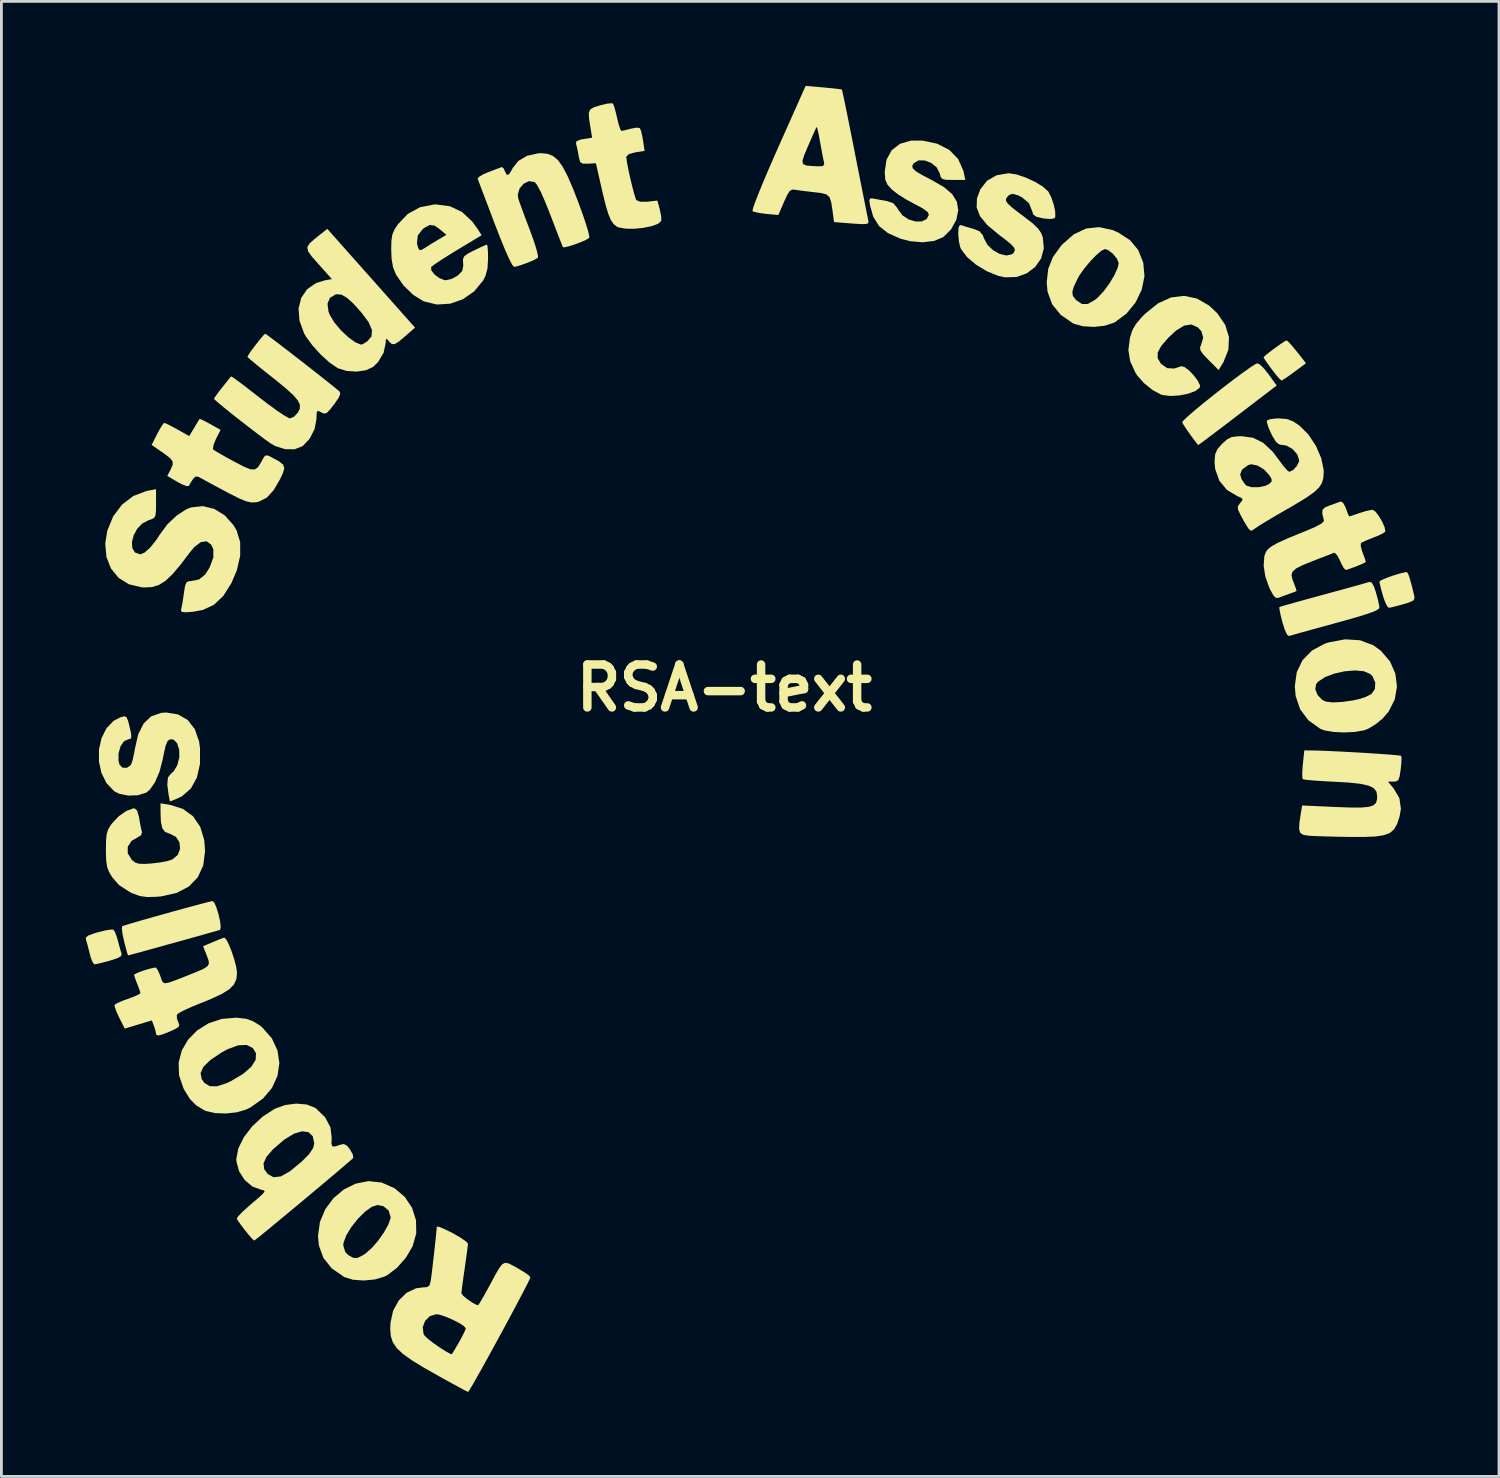
<source format=kicad_pcb>
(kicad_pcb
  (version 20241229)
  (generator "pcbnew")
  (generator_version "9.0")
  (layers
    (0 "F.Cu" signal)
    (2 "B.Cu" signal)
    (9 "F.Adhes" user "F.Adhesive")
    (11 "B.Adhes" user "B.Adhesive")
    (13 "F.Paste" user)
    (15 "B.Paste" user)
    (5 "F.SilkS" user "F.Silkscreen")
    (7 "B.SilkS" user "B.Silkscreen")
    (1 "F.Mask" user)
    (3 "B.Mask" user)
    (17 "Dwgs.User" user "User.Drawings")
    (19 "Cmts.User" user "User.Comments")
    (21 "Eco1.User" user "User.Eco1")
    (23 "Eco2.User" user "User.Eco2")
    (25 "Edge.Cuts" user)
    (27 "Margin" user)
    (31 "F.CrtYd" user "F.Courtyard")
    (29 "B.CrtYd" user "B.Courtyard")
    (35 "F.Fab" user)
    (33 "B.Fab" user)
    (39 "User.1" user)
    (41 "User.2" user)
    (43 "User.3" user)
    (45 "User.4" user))
  (footprint "RSA-text"
    (layer "F.Cu")
    (at 22.669 21.381)
    (property "Reference" "RSA-text" (at 0 0 0) (layer "F.SilkS") (effects (font (size 1.524 1.524) (thickness 0.3))))
    (attr board_only exclude_from_pos_files exclude_from_bom)
    (fp_poly (pts (xy 20.038 -12.287) (xy 20.173 -12.137) (xy 20.336 -11.939) (xy 20.656 -11.534) (xy 20.244 -11.227) (xy 20.026 -11.069) (xy 19.86 -10.958) (xy 19.785 -10.92) (xy 19.716 -10.978) (xy 19.585 -11.13) (xy 19.443 -11.313) (xy 19.289 -11.524) (xy 19.183 -11.68) (xy 19.149 -11.742) (xy 19.207 -11.804) (xy 19.354 -11.923) (xy 19.547 -12.068) (xy 19.742 -12.207) (xy 19.898 -12.31) (xy 19.969 -12.344)) (stroke (width 0) (type solid)) (fill yes) (layer "F.SilkS"))
    (fp_poly (pts (xy 24.278 -4.066) (xy 24.336 -3.909) (xy 24.414 -3.626) (xy 24.492 -3.311) (xy 24.51 -3.189) (xy 24.468 -3.11) (xy 24.335 -3.045) (xy 24.109 -2.975) (xy 23.857 -2.906) (xy 23.665 -2.86) (xy 23.593 -2.849) (xy 23.529 -2.918) (xy 23.447 -3.098) (xy 23.388 -3.276) (xy 23.319 -3.525) (xy 23.274 -3.713) (xy 23.264 -3.78) (xy 23.332 -3.831) (xy 23.505 -3.906) (xy 23.733 -3.988) (xy 23.968 -4.061) (xy 24.162 -4.107) (xy 24.235 -4.115)) (stroke (width 0) (type solid)) (fill yes) (layer "F.SilkS"))
    (fp_poly (pts (xy -21.69 8.58) (xy -21.631 8.676) (xy -21.561 8.871) (xy -21.534 8.969) (xy -21.47 9.208) (xy -21.416 9.393) (xy -21.401 9.434) (xy -21.416 9.514) (xy -21.543 9.591) (xy -21.802 9.676) (xy -21.821 9.682) (xy -22.08 9.751) (xy -22.281 9.798) (xy -22.365 9.812) (xy -22.428 9.742) (xy -22.498 9.564) (xy -22.532 9.436) (xy -22.594 9.186) (xy -22.65 8.988) (xy -22.669 8.933) (xy -22.665 8.853) (xy -22.566 8.781) (xy -22.347 8.703) (xy -22.238 8.672) (xy -21.978 8.608) (xy -21.778 8.576)) (stroke (width 0) (type solid)) (fill yes) (layer "F.SilkS"))
    (fp_poly (pts (xy 19.025 -11.482) (xy 19.173 -11.334) (xy 19.322 -11.146) (xy 19.615 -10.742) (xy 18.23 -9.683) (xy 17.828 -9.376) (xy 17.469 -9.104) (xy 17.174 -8.881) (xy 16.96 -8.721) (xy 16.845 -8.637) (xy 16.83 -8.628) (xy 16.779 -8.688) (xy 16.663 -8.839) (xy 16.555 -8.984) (xy 16.404 -9.198) (xy 16.294 -9.37) (xy 16.26 -9.436) (xy 16.31 -9.506) (xy 16.466 -9.653) (xy 16.705 -9.859) (xy 17.004 -10.107) (xy 17.342 -10.378) (xy 17.696 -10.656) (xy 18.044 -10.923) (xy 18.365 -11.161) (xy 18.634 -11.354) (xy 18.831 -11.484) (xy 18.929 -11.532)) (stroke (width 0) (type solid)) (fill yes) (layer "F.SilkS"))
    (fp_poly (pts (xy -18.106 7.628) (xy -18.032 7.799) (xy -17.962 8.028) (xy -17.907 8.267) (xy -17.882 8.467) (xy -17.897 8.579) (xy -17.908 8.588) (xy -18.004 8.617) (xy -18.222 8.679) (xy -18.535 8.767) (xy -18.914 8.873) (xy -19.334 8.99) (xy -19.767 9.11) (xy -20.185 9.226) (xy -20.562 9.33) (xy -20.87 9.415) (xy -21.082 9.472) (xy -21.171 9.495) (xy -21.172 9.495) (xy -21.197 9.425) (xy -21.249 9.242) (xy -21.311 9.001) (xy -21.367 8.74) (xy -21.392 8.543) (xy -21.38 8.459) (xy -21.295 8.428) (xy -21.085 8.364) (xy -20.777 8.274) (xy -20.401 8.166) (xy -19.982 8.049) (xy -19.551 7.929) (xy -19.133 7.814) (xy -18.758 7.713) (xy -18.452 7.632) (xy -18.244 7.58) (xy -18.17 7.565)) (stroke (width 0) (type solid)) (fill yes) (layer "F.SilkS"))
    (fp_poly (pts (xy 22.987 -3.747) (xy 23.069 -3.603) (xy 23.14 -3.395) (xy 23.209 -3.138) (xy 23.254 -2.932) (xy 23.263 -2.854) (xy 23.224 -2.799) (xy 23.099 -2.731) (xy 22.872 -2.646) (xy 22.529 -2.538) (xy 22.055 -2.402) (xy 21.7 -2.304) (xy 21.224 -2.173) (xy 20.797 -2.056) (xy 20.444 -1.958) (xy 20.19 -1.887) (xy 20.059 -1.849) (xy 20.049 -1.845) (xy 19.982 -1.899) (xy 19.898 -2.08) (xy 19.819 -2.332) (xy 19.753 -2.595) (xy 19.714 -2.79) (xy 19.71 -2.875) (xy 19.711 -2.875) (xy 19.793 -2.902) (xy 20.005 -2.964) (xy 20.323 -3.053) (xy 20.723 -3.164) (xy 21.181 -3.289) (xy 21.265 -3.311) (xy 21.737 -3.44) (xy 22.162 -3.557) (xy 22.513 -3.654) (xy 22.766 -3.726) (xy 22.895 -3.765) (xy 22.902 -3.767)) (stroke (width 0) (type solid)) (fill yes) (layer "F.SilkS"))
    (fp_poly (pts (xy -16.975 11.745) (xy -16.737 11.832) (xy -16.484 11.986) (xy -16.413 12.044) (xy -16.068 12.437) (xy -15.865 12.871) (xy -15.799 13.324) (xy -15.866 13.774) (xy -16.061 14.2) (xy -16.381 14.579) (xy -16.822 14.89) (xy -16.973 14.966) (xy -17.302 15.065) (xy -17.692 15.108) (xy -18.079 15.094) (xy -18.402 15.022) (xy -18.476 14.989) (xy -18.76 14.812) (xy -18.973 14.596) (xy -19.164 14.288) (xy -19.206 14.209) (xy -19.362 13.749) (xy -19.364 13.672) (xy -18.597 13.672) (xy -18.558 13.886) (xy -18.464 14.019) (xy -18.272 14.139) (xy -18.009 14.142) (xy -17.662 14.027) (xy -17.516 13.957) (xy -17.091 13.705) (xy -16.797 13.451) (xy -16.641 13.203) (xy -16.628 12.971) (xy -16.741 12.785) (xy -16.961 12.673) (xy -17.264 12.688) (xy -17.641 12.827) (xy -17.848 12.94) (xy -18.246 13.207) (xy -18.494 13.448) (xy -18.597 13.672) (xy -19.364 13.672) (xy -19.375 13.296) (xy -19.262 12.868) (xy -19.038 12.483) (xy -18.717 12.157) (xy -18.316 11.907) (xy -17.85 11.751) (xy -17.335 11.706)) (stroke (width 0) (type solid)) (fill yes) (layer "F.SilkS"))
    (fp_poly (pts (xy -12.171 17.559) (xy -12.159 17.563) (xy -11.706 17.764) (xy -11.344 18.071) (xy -11.087 18.458) (xy -10.947 18.899) (xy -10.938 19.366) (xy -11.069 19.827) (xy -11.308 20.231) (xy -11.622 20.587) (xy -11.966 20.849) (xy -12.066 20.9) (xy -12.408 21.002) (xy -12.802 21.039) (xy -13.183 21.012) (xy -13.487 20.919) (xy -13.491 20.917) (xy -13.935 20.611) (xy -14.237 20.234) (xy -14.396 19.791) (xy -13.531 19.791) (xy -13.459 20.027) (xy -13.355 20.134) (xy -13.183 20.232) (xy -13.033 20.239) (xy -12.847 20.15) (xy -12.739 20.079) (xy -12.522 19.89) (xy -12.296 19.629) (xy -12.089 19.337) (xy -11.932 19.058) (xy -11.853 18.833) (xy -11.849 18.788) (xy -11.919 18.554) (xy -12.104 18.401) (xy -12.317 18.358) (xy -12.519 18.423) (xy -12.76 18.598) (xy -13.01 18.847) (xy -13.239 19.135) (xy -13.419 19.428) (xy -13.519 19.692) (xy -13.531 19.791) (xy -14.396 19.791) (xy -14.398 19.786) (xy -14.427 19.458) (xy -14.359 18.961) (xy -14.169 18.507) (xy -13.878 18.116) (xy -13.511 17.807) (xy -13.089 17.599) (xy -12.635 17.51)) (stroke (width 0) (type solid)) (fill yes) (layer "F.SilkS"))
    (fp_poly (pts (xy 22.574 -1.696) (xy 23.04 -1.521) (xy 23.309 -1.329) (xy 23.637 -0.947) (xy 23.829 -0.511) (xy 23.886 -0.05) (xy 23.807 0.409) (xy 23.59 0.837) (xy 23.378 1.083) (xy 23.135 1.282) (xy 22.878 1.439) (xy 22.733 1.498) (xy 22.401 1.558) (xy 22.018 1.578) (xy 21.639 1.56) (xy 21.32 1.507) (xy 21.167 1.451) (xy 20.742 1.147) (xy 20.448 0.756) (xy 20.288 0.282) (xy 20.268 0.043) (xy 20.986 0.043) (xy 21.066 0.246) (xy 21.225 0.415) (xy 21.366 0.484) (xy 21.612 0.511) (xy 21.955 0.494) (xy 22.342 0.437) (xy 22.554 0.39) (xy 22.786 0.312) (xy 22.971 0.219) (xy 22.979 0.213) (xy 23.103 0.036) (xy 23.115 -0.192) (xy 23.02 -0.413) (xy 22.937 -0.499) (xy 22.711 -0.596) (xy 22.391 -0.625) (xy 22.023 -0.593) (xy 21.653 -0.51) (xy 21.325 -0.384) (xy 21.084 -0.224) (xy 21.014 -0.138) (xy 20.986 0.043) (xy 20.268 0.043) (xy 20.258 -0.062) (xy 20.328 -0.562) (xy 20.533 -0.988) (xy 20.866 -1.329) (xy 21.317 -1.572) (xy 21.462 -1.62) (xy 22.046 -1.729)) (stroke (width 0) (type solid)) (fill yes) (layer "F.SilkS"))
    (fp_poly (pts (xy 13.794 -16.26) (xy 13.992 -16.173) (xy 14.411 -15.899) (xy 14.7 -15.55) (xy 14.878 -15.101) (xy 14.879 -15.094) (xy 14.92 -14.626) (xy 14.824 -14.149) (xy 14.608 -13.697) (xy 14.289 -13.302) (xy 13.884 -12.998) (xy 13.831 -12.97) (xy 13.51 -12.865) (xy 13.123 -12.823) (xy 12.735 -12.846) (xy 12.416 -12.934) (xy 12.383 -12.95) (xy 11.94 -13.256) (xy 11.638 -13.633) (xy 11.483 -14.065) (xy 12.358 -14.065) (xy 12.377 -13.928) (xy 12.469 -13.802) (xy 12.502 -13.768) (xy 12.7 -13.636) (xy 12.911 -13.638) (xy 13.159 -13.78) (xy 13.257 -13.861) (xy 13.471 -14.087) (xy 13.681 -14.372) (xy 13.857 -14.67) (xy 13.974 -14.935) (xy 14.005 -15.088) (xy 13.946 -15.242) (xy 13.805 -15.415) (xy 13.636 -15.548) (xy 13.518 -15.588) (xy 13.392 -15.529) (xy 13.208 -15.372) (xy 12.996 -15.153) (xy 12.789 -14.905) (xy 12.616 -14.662) (xy 12.546 -14.537) (xy 12.413 -14.254) (xy 12.358 -14.065) (xy 11.483 -14.065) (xy 11.477 -14.079) (xy 11.449 -14.401) (xy 11.501 -14.877) (xy 11.666 -15.298) (xy 11.963 -15.709) (xy 12 -15.75) (xy 12.41 -16.11) (xy 12.848 -16.316) (xy 13.311 -16.366)) (stroke (width 0) (type solid)) (fill yes) (layer "F.SilkS"))
    (fp_poly (pts (xy 16.781 -13.831) (xy 17.213 -13.582) (xy 17.503 -13.31) (xy 17.788 -12.895) (xy 17.921 -12.458) (xy 17.9 -12.012) (xy 17.725 -11.573) (xy 17.711 -11.55) (xy 17.554 -11.291) (xy 17.196 -11.649) (xy 17.002 -11.853) (xy 16.908 -11.988) (xy 16.894 -12.093) (xy 16.925 -12.17) (xy 17.007 -12.443) (xy 16.938 -12.676) (xy 16.811 -12.808) (xy 16.587 -12.908) (xy 16.336 -12.871) (xy 16.045 -12.695) (xy 15.77 -12.442) (xy 15.515 -12.147) (xy 15.39 -11.911) (xy 15.388 -11.709) (xy 15.504 -11.519) (xy 15.519 -11.503) (xy 15.726 -11.359) (xy 15.974 -11.345) (xy 16.228 -11.426) (xy 16.342 -11.4) (xy 16.501 -11.278) (xy 16.669 -11.103) (xy 16.811 -10.914) (xy 16.891 -10.752) (xy 16.889 -10.675) (xy 16.736 -10.55) (xy 16.475 -10.452) (xy 16.158 -10.389) (xy 15.835 -10.37) (xy 15.555 -10.406) (xy 15.509 -10.42) (xy 15.213 -10.578) (xy 14.909 -10.822) (xy 14.662 -11.098) (xy 14.602 -11.191) (xy 14.412 -11.607) (xy 14.349 -12.002) (xy 14.404 -12.434) (xy 14.407 -12.445) (xy 14.488 -12.701) (xy 14.616 -12.925) (xy 14.824 -13.17) (xy 14.948 -13.295) (xy 15.4 -13.658) (xy 15.863 -13.869) (xy 16.327 -13.926)) (stroke (width 0) (type solid)) (fill yes) (layer "F.SilkS"))
    (fp_poly (pts (xy -19.683 4.148) (xy -19.225 4.291) (xy -18.865 4.554) (xy -18.609 4.928) (xy -18.466 5.403) (xy -18.437 5.786) (xy -18.502 6.299) (xy -18.696 6.721) (xy -19.012 7.048) (xy -19.447 7.276) (xy -19.996 7.399) (xy -20.166 7.414) (xy -20.499 7.422) (xy -20.754 7.386) (xy -21.009 7.294) (xy -21.102 7.25) (xy -21.499 6.992) (xy -21.735 6.718) (xy -21.849 6.528) (xy -21.916 6.351) (xy -21.948 6.132) (xy -21.958 5.82) (xy -21.958 5.736) (xy -21.953 5.403) (xy -21.929 5.179) (xy -21.876 5.015) (xy -21.781 4.86) (xy -21.736 4.801) (xy -21.501 4.553) (xy -21.237 4.367) (xy -20.993 4.277) (xy -20.942 4.273) (xy -20.851 4.35) (xy -20.784 4.577) (xy -20.774 4.639) (xy -20.732 4.883) (xy -20.691 5.068) (xy -20.677 5.113) (xy -20.705 5.223) (xy -20.783 5.273) (xy -21.046 5.427) (xy -21.183 5.636) (xy -21.183 5.872) (xy -21.038 6.103) (xy -20.926 6.194) (xy -20.792 6.238) (xy -20.587 6.246) (xy -20.346 6.231) (xy -20.036 6.195) (xy -19.76 6.14) (xy -19.602 6.089) (xy -19.408 5.928) (xy -19.324 5.709) (xy -19.347 5.48) (xy -19.47 5.286) (xy -19.69 5.173) (xy -19.695 5.173) (xy -19.858 5.109) (xy -19.957 4.979) (xy -20.006 4.751) (xy -20.018 4.441) (xy -20.019 4.094)) (stroke (width 0) (type solid)) (fill yes) (layer "F.SilkS"))
    (fp_poly (pts (xy -12.539 -14.551) (xy -10.982 -12.798) (xy -11.326 -12.495) (xy -11.554 -12.304) (xy -11.701 -12.213) (xy -11.803 -12.213) (xy -11.892 -12.292) (xy -11.917 -12.324) (xy -11.992 -12.406) (xy -12.02 -12.36) (xy -12.025 -12.241) (xy -12.099 -11.901) (xy -12.293 -11.577) (xy -12.472 -11.401) (xy -12.725 -11.284) (xy -13.058 -11.236) (xy -13.411 -11.259) (xy -13.72 -11.355) (xy -13.729 -11.36) (xy -14.012 -11.552) (xy -14.325 -11.835) (xy -14.622 -12.162) (xy -14.858 -12.485) (xy -14.922 -12.598) (xy -15.086 -13.049) (xy -15.117 -13.474) (xy -15.074 -13.647) (xy -14.09 -13.647) (xy -14.055 -13.367) (xy -14.008 -13.246) (xy -13.845 -12.979) (xy -13.614 -12.704) (xy -13.351 -12.456) (xy -13.096 -12.273) (xy -12.896 -12.192) (xy -12.807 -12.228) (xy -12.678 -12.309) (xy -12.526 -12.485) (xy -12.51 -12.71) (xy -12.631 -12.993) (xy -12.878 -13.325) (xy -13.173 -13.653) (xy -13.404 -13.861) (xy -13.592 -13.967) (xy -13.758 -13.983) (xy -13.799 -13.975) (xy -14.002 -13.857) (xy -14.09 -13.647) (xy -15.074 -13.647) (xy -15.023 -13.853) (xy -14.811 -14.163) (xy -14.492 -14.382) (xy -14.187 -14.475) (xy -13.934 -14.52) (xy -14.413 -15.056) (xy -14.649 -15.324) (xy -14.781 -15.51) (xy -14.807 -15.651) (xy -14.729 -15.785) (xy -14.543 -15.95) (xy -14.395 -16.068) (xy -14.097 -16.304)) (stroke (width 0) (type solid)) (fill yes) (layer "F.SilkS"))
    (fp_poly (pts (xy 20.881 2.217) (xy 21.13 2.223) (xy 21.471 2.237) (xy 21.874 2.256) (xy 22.311 2.279) (xy 22.753 2.305) (xy 23.171 2.332) (xy 23.537 2.358) (xy 23.821 2.38) (xy 23.995 2.399) (xy 24.036 2.408) (xy 24.048 2.501) (xy 24.038 2.701) (xy 24.019 2.885) (xy 23.981 3.136) (xy 23.934 3.267) (xy 23.854 3.317) (xy 23.765 3.323) (xy 23.566 3.323) (xy 23.764 3.559) (xy 23.972 3.91) (xy 24.026 4.29) (xy 23.979 4.563) (xy 23.894 4.821) (xy 23.788 5.011) (xy 23.639 5.143) (xy 23.422 5.227) (xy 23.114 5.272) (xy 22.692 5.289) (xy 22.22 5.288) (xy 21.781 5.281) (xy 21.369 5.27) (xy 21.025 5.259) (xy 20.789 5.247) (xy 20.751 5.244) (xy 20.564 5.214) (xy 20.455 5.148) (xy 20.411 5.014) (xy 20.423 4.781) (xy 20.468 4.479) (xy 20.518 4.171) (xy 21.724 4.225) (xy 22.24 4.244) (xy 22.619 4.244) (xy 22.881 4.22) (xy 23.048 4.167) (xy 23.141 4.079) (xy 23.179 3.95) (xy 23.184 3.834) (xy 23.156 3.675) (xy 23.058 3.554) (xy 22.873 3.464) (xy 22.582 3.401) (xy 22.167 3.356) (xy 21.68 3.329) (xy 21.279 3.308) (xy 20.938 3.285) (xy 20.685 3.262) (xy 20.551 3.241) (xy 20.539 3.236) (xy 20.523 3.14) (xy 20.526 2.934) (xy 20.545 2.703) (xy 20.596 2.216)) (stroke (width 0) (type solid)) (fill yes) (layer "F.SilkS"))
    (fp_poly (pts (xy -18.563 -9.533) (xy -18.397 -9.45) (xy -18.252 -9.372) (xy -17.886 -9.167) (xy -18.049 -8.847) (xy -18.133 -8.643) (xy -18.159 -8.498) (xy -18.146 -8.466) (xy -18.052 -8.404) (xy -17.851 -8.287) (xy -17.579 -8.136) (xy -17.401 -8.039) (xy -17.067 -7.865) (xy -16.838 -7.77) (xy -16.683 -7.757) (xy -16.568 -7.831) (xy -16.46 -7.992) (xy -16.387 -8.131) (xy -16.309 -8.249) (xy -16.214 -8.259) (xy -16.08 -8.196) (xy -15.808 -8.047) (xy -15.662 -7.929) (xy -15.623 -7.802) (xy -15.676 -7.624) (xy -15.77 -7.424) (xy -16.003 -7.023) (xy -16.246 -6.761) (xy -16.52 -6.621) (xy -16.628 -6.596) (xy -16.792 -6.589) (xy -16.977 -6.63) (xy -17.223 -6.731) (xy -17.565 -6.903) (xy -17.57 -6.905) (xy -17.896 -7.079) (xy -18.2 -7.242) (xy -18.434 -7.37) (xy -18.5 -7.408) (xy -18.674 -7.5) (xy -18.769 -7.512) (xy -18.845 -7.444) (xy -18.873 -7.407) (xy -18.973 -7.256) (xy -19.012 -7.177) (xy -19.088 -7.169) (xy -19.255 -7.232) (xy -19.409 -7.314) (xy -19.779 -7.531) (xy -19.659 -7.764) (xy -19.588 -7.923) (xy -19.588 -8.043) (xy -19.676 -8.161) (xy -19.871 -8.312) (xy -19.983 -8.39) (xy -20.335 -8.632) (xy -20.136 -9.024) (xy -20.019 -9.239) (xy -19.925 -9.381) (xy -19.886 -9.416) (xy -19.795 -9.38) (xy -19.61 -9.286) (xy -19.418 -9.181) (xy -19.001 -8.946) (xy -18.824 -9.24) (xy -18.713 -9.424) (xy -18.643 -9.54) (xy -18.633 -9.556)) (stroke (width 0) (type solid)) (fill yes) (layer "F.SilkS"))
    (fp_poly (pts (xy 7.568 -19.325) (xy 7.993 -19.105) (xy 8.302 -18.787) (xy 8.486 -18.376) (xy 8.505 -18.298) (xy 8.558 -18.041) (xy 8.127 -18.041) (xy 7.878 -18.046) (xy 7.743 -18.077) (xy 7.68 -18.153) (xy 7.648 -18.275) (xy 7.544 -18.484) (xy 7.353 -18.642) (xy 7.121 -18.733) (xy 6.897 -18.736) (xy 6.729 -18.638) (xy 6.674 -18.544) (xy 6.692 -18.453) (xy 6.801 -18.351) (xy 7.019 -18.218) (xy 7.363 -18.039) (xy 7.367 -18.037) (xy 7.801 -17.786) (xy 8.093 -17.537) (xy 8.257 -17.271) (xy 8.308 -16.973) (xy 8.238 -16.623) (xy 8.052 -16.285) (xy 7.782 -16.018) (xy 7.763 -16.005) (xy 7.444 -15.874) (xy 7.038 -15.828) (xy 6.59 -15.868) (xy 6.251 -15.957) (xy 5.806 -16.156) (xy 5.494 -16.406) (xy 5.29 -16.733) (xy 5.18 -17.118) (xy 5.151 -17.309) (xy 5.176 -17.385) (xy 5.275 -17.384) (xy 5.312 -17.377) (xy 5.524 -17.336) (xy 5.773 -17.293) (xy 5.776 -17.292) (xy 6.003 -17.214) (xy 6.147 -17.042) (xy 6.172 -16.991) (xy 6.327 -16.784) (xy 6.544 -16.64) (xy 6.787 -16.566) (xy 7.014 -16.568) (xy 7.188 -16.655) (xy 7.265 -16.8) (xy 7.221 -16.902) (xy 7.045 -17.033) (xy 6.755 -17.187) (xy 6.448 -17.354) (xy 6.16 -17.537) (xy 5.959 -17.694) (xy 5.794 -17.874) (xy 5.717 -18.049) (xy 5.698 -18.296) (xy 5.697 -18.327) (xy 5.761 -18.761) (xy 5.945 -19.096) (xy 6.239 -19.325) (xy 6.633 -19.439) (xy 7.034 -19.439)) (stroke (width 0) (type solid)) (fill yes) (layer "F.SilkS"))
    (fp_poly (pts (xy -19.394 0.939) (xy -19.052 1.138) (xy -18.802 1.46) (xy -18.65 1.895) (xy -18.617 2.129) (xy -18.618 2.697) (xy -18.727 3.18) (xy -18.939 3.565) (xy -19.246 3.837) (xy -19.397 3.912) (xy -19.684 4.03) (xy -19.733 3.785) (xy -19.779 3.426) (xy -19.755 3.178) (xy -19.662 3.057) (xy -19.66 3.056) (xy -19.553 2.957) (xy -19.439 2.77) (xy -19.415 2.715) (xy -19.35 2.452) (xy -19.357 2.189) (xy -19.425 1.97) (xy -19.544 1.839) (xy -19.622 1.82) (xy -19.712 1.835) (xy -19.779 1.901) (xy -19.836 2.046) (xy -19.895 2.299) (xy -19.94 2.529) (xy -20.055 2.972) (xy -20.214 3.343) (xy -20.4 3.612) (xy -20.534 3.719) (xy -20.826 3.809) (xy -21.168 3.819) (xy -21.488 3.754) (xy -21.664 3.665) (xy -21.939 3.375) (xy -22.119 3.01) (xy -22.206 2.602) (xy -22.204 2.181) (xy -22.114 1.78) (xy -21.94 1.431) (xy -21.684 1.165) (xy -21.451 1.043) (xy -21.308 1.003) (xy -21.227 1.034) (xy -21.171 1.168) (xy -21.135 1.308) (xy -21.071 1.582) (xy -21.055 1.737) (xy -21.088 1.806) (xy -21.162 1.82) (xy -21.319 1.891) (xy -21.44 2.072) (xy -21.509 2.317) (xy -21.511 2.58) (xy -21.475 2.723) (xy -21.366 2.83) (xy -21.21 2.833) (xy -21.076 2.735) (xy -21.061 2.71) (xy -21.008 2.552) (xy -20.954 2.308) (xy -20.933 2.176) (xy -20.812 1.648) (xy -20.618 1.259) (xy -20.349 1.005) (xy -20 0.883) (xy -19.818 0.87)) (stroke (width 0) (type solid)) (fill yes) (layer "F.SilkS"))
    (fp_poly (pts (xy -3.953 -20.752) (xy -3.91 -20.647) (xy -3.852 -20.438) (xy -3.805 -20.237) (xy -3.745 -19.994) (xy -3.688 -19.829) (xy -3.653 -19.782) (xy -3.548 -19.802) (xy -3.359 -19.851) (xy -3.326 -19.86) (xy -3.131 -19.897) (xy -3.006 -19.887) (xy -2.997 -19.88) (xy -2.953 -19.772) (xy -2.906 -19.567) (xy -2.886 -19.448) (xy -2.831 -19.074) (xy -3.156 -19.022) (xy -3.387 -18.961) (xy -3.477 -18.869) (xy -3.48 -18.842) (xy -3.46 -18.688) (xy -3.412 -18.436) (xy -3.346 -18.133) (xy -3.272 -17.824) (xy -3.202 -17.556) (xy -3.145 -17.374) (xy -3.126 -17.33) (xy -2.996 -17.267) (xy -2.731 -17.269) (xy -2.72 -17.271) (xy -2.375 -17.309) (xy -2.29 -16.994) (xy -2.244 -16.773) (xy -2.236 -16.61) (xy -2.242 -16.584) (xy -2.354 -16.483) (xy -2.581 -16.4) (xy -2.877 -16.34) (xy -3.199 -16.308) (xy -3.502 -16.311) (xy -3.743 -16.353) (xy -3.817 -16.385) (xy -3.929 -16.473) (xy -4.024 -16.61) (xy -4.114 -16.821) (xy -4.208 -17.13) (xy -4.315 -17.563) (xy -4.352 -17.725) (xy -4.559 -18.635) (xy -4.842 -18.618) (xy -5.026 -18.619) (xy -5.116 -18.678) (xy -5.162 -18.84) (xy -5.173 -18.908) (xy -5.216 -19.137) (xy -5.259 -19.309) (xy -5.266 -19.329) (xy -5.25 -19.415) (xy -5.106 -19.473) (xy -5.002 -19.493) (xy -4.693 -19.542) (xy -4.755 -19.919) (xy -4.804 -20.234) (xy -4.81 -20.43) (xy -4.757 -20.547) (xy -4.63 -20.621) (xy -4.416 -20.689) (xy -4.179 -20.747) (xy -4.007 -20.765)) (stroke (width 0) (type solid)) (fill yes) (layer "F.SilkS"))
    (fp_poly (pts (xy -9.74 -17.106) (xy -9.317 -16.906) (xy -8.948 -16.563) (xy -8.75 -16.288) (xy -8.617 -16.078) (xy -9.489 -15.553) (xy -9.821 -15.348) (xy -10.104 -15.168) (xy -10.308 -15.029) (xy -10.407 -14.951) (xy -10.411 -14.946) (xy -10.403 -14.828) (xy -10.293 -14.687) (xy -10.126 -14.56) (xy -9.945 -14.486) (xy -9.888 -14.48) (xy -9.676 -14.529) (xy -9.463 -14.647) (xy -9.459 -14.65) (xy -9.306 -14.81) (xy -9.267 -14.994) (xy -9.273 -15.077) (xy -9.28 -15.227) (xy -9.234 -15.33) (xy -9.105 -15.426) (xy -8.883 -15.54) (xy -8.653 -15.651) (xy -8.485 -15.725) (xy -8.425 -15.746) (xy -8.406 -15.674) (xy -8.392 -15.486) (xy -8.388 -15.252) (xy -8.409 -14.895) (xy -8.483 -14.626) (xy -8.566 -14.467) (xy -8.884 -14.082) (xy -9.284 -13.805) (xy -9.736 -13.646) (xy -10.208 -13.618) (xy -10.667 -13.729) (xy -10.682 -13.736) (xy -11.048 -13.961) (xy -11.389 -14.292) (xy -11.656 -14.678) (xy -11.762 -14.938) (xy -11.815 -15.246) (xy -11.827 -15.562) (xy -11.823 -15.789) (xy -10.913 -15.789) (xy -10.871 -15.631) (xy -10.823 -15.55) (xy -10.741 -15.562) (xy -10.62 -15.635) (xy -10.413 -15.766) (xy -10.172 -15.912) (xy -10.144 -15.929) (xy -9.869 -16.092) (xy -10.082 -16.275) (xy -10.289 -16.421) (xy -10.461 -16.441) (xy -10.657 -16.336) (xy -10.711 -16.295) (xy -10.884 -16.069) (xy -10.913 -15.789) (xy -11.823 -15.789) (xy -11.821 -15.879) (xy -11.788 -16.098) (xy -11.712 -16.28) (xy -11.592 -16.465) (xy -11.242 -16.832) (xy -10.807 -17.071) (xy -10.312 -17.169) (xy -10.231 -17.171)) (stroke (width 0) (type solid)) (fill yes) (layer "F.SilkS"))
    (fp_poly (pts (xy -6.277 -18.969) (xy -6.084 -18.894) (xy -5.909 -18.747) (xy -5.739 -18.512) (xy -5.562 -18.173) (xy -5.363 -17.711) (xy -5.189 -17.263) (xy -5.034 -16.841) (xy -4.912 -16.478) (xy -4.829 -16.198) (xy -4.793 -16.026) (xy -4.797 -15.984) (xy -4.914 -15.912) (xy -5.111 -15.826) (xy -5.34 -15.741) (xy -5.551 -15.676) (xy -5.695 -15.648) (xy -5.729 -15.655) (xy -5.767 -15.744) (xy -5.85 -15.953) (xy -5.967 -16.256) (xy -6.108 -16.624) (xy -6.175 -16.798) (xy -6.36 -17.265) (xy -6.521 -17.626) (xy -6.65 -17.866) (xy -6.736 -17.968) (xy -6.935 -17.998) (xy -7.125 -17.909) (xy -7.27 -17.737) (xy -7.333 -17.52) (xy -7.317 -17.385) (xy -7.27 -17.246) (xy -7.179 -16.994) (xy -7.057 -16.665) (xy -6.916 -16.294) (xy -6.908 -16.274) (xy -6.778 -15.916) (xy -6.679 -15.611) (xy -6.622 -15.389) (xy -6.615 -15.281) (xy -6.618 -15.277) (xy -6.746 -15.204) (xy -6.961 -15.111) (xy -7.2 -15.024) (xy -7.397 -14.966) (xy -7.467 -14.955) (xy -7.531 -15.028) (xy -7.64 -15.236) (xy -7.787 -15.567) (xy -7.966 -16.005) (xy -8.15 -16.478) (xy -8.325 -16.941) (xy -8.482 -17.356) (xy -8.612 -17.698) (xy -8.705 -17.946) (xy -8.754 -18.074) (xy -8.757 -18.084) (xy -8.707 -18.154) (xy -8.544 -18.249) (xy -8.372 -18.321) (xy -8.134 -18.411) (xy -7.96 -18.477) (xy -7.902 -18.5) (xy -7.838 -18.456) (xy -7.795 -18.362) (xy -7.729 -18.226) (xy -7.651 -18.234) (xy -7.551 -18.389) (xy -7.517 -18.458) (xy -7.315 -18.716) (xy -7.002 -18.899) (xy -6.616 -18.986) (xy -6.5 -18.991)) (stroke (width 0) (type solid)) (fill yes) (layer "F.SilkS"))
    (fp_poly (pts (xy -20.178 -6.548) (xy -20.181 -6.272) (xy -20.202 -6.113) (xy -20.26 -6.029) (xy -20.373 -5.981) (xy -20.433 -5.963) (xy -20.665 -5.844) (xy -20.848 -5.652) (xy -20.973 -5.421) (xy -21.034 -5.183) (xy -21.022 -4.969) (xy -20.93 -4.814) (xy -20.749 -4.748) (xy -20.73 -4.748) (xy -20.578 -4.813) (xy -20.382 -4.992) (xy -20.172 -5.254) (xy -20.037 -5.46) (xy -19.769 -5.82) (xy -19.44 -6.129) (xy -19.097 -6.35) (xy -18.931 -6.415) (xy -18.516 -6.459) (xy -18.109 -6.36) (xy -17.737 -6.13) (xy -17.428 -5.783) (xy -17.316 -5.592) (xy -17.191 -5.182) (xy -17.19 -4.701) (xy -17.31 -4.177) (xy -17.499 -3.731) (xy -17.787 -3.274) (xy -18.119 -2.958) (xy -18.514 -2.772) (xy -18.878 -2.706) (xy -19.129 -2.69) (xy -19.257 -2.701) (xy -19.294 -2.75) (xy -19.282 -2.818) (xy -19.248 -2.981) (xy -19.208 -3.231) (xy -19.187 -3.383) (xy -19.148 -3.626) (xy -19.098 -3.75) (xy -19.012 -3.794) (xy -18.938 -3.798) (xy -18.656 -3.853) (xy -18.433 -4.029) (xy -18.279 -4.272) (xy -18.143 -4.635) (xy -18.143 -4.928) (xy -18.224 -5.096) (xy -18.385 -5.211) (xy -18.586 -5.181) (xy -18.812 -5.012) (xy -18.968 -4.827) (xy -19.316 -4.369) (xy -19.604 -4.031) (xy -19.854 -3.798) (xy -20.089 -3.654) (xy -20.329 -3.584) (xy -20.596 -3.571) (xy -20.699 -3.578) (xy -21.146 -3.685) (xy -21.51 -3.914) (xy -21.779 -4.245) (xy -21.94 -4.656) (xy -21.982 -5.129) (xy -21.911 -5.579) (xy -21.702 -6.092) (xy -21.387 -6.511) (xy -20.985 -6.819) (xy -20.516 -6.997) (xy -20.474 -7.005) (xy -20.178 -7.06)) (stroke (width 0) (type solid)) (fill yes) (layer "F.SilkS"))
    (fp_poly (pts (xy -17.682 8.932) (xy -17.589 9.114) (xy -17.49 9.364) (xy -17.399 9.642) (xy -17.331 9.904) (xy -17.303 10.108) (xy -17.303 10.119) (xy -17.327 10.343) (xy -17.415 10.532) (xy -17.584 10.702) (xy -17.854 10.869) (xy -18.245 11.05) (xy -18.598 11.192) (xy -18.929 11.327) (xy -19.201 11.452) (xy -19.382 11.551) (xy -19.44 11.601) (xy -19.435 11.742) (xy -19.389 11.864) (xy -19.35 11.969) (xy -19.391 12.046) (xy -19.537 12.13) (xy -19.666 12.187) (xy -19.94 12.297) (xy -20.098 12.338) (xy -20.168 12.314) (xy -20.178 12.27) (xy -20.204 12.146) (xy -20.252 11.999) (xy -20.327 11.802) (xy -20.808 11.948) (xy -21.289 12.093) (xy -21.488 11.701) (xy -21.591 11.475) (xy -21.647 11.307) (xy -21.648 11.247) (xy -21.558 11.19) (xy -21.364 11.106) (xy -21.171 11.036) (xy -20.936 10.948) (xy -20.776 10.872) (xy -20.731 10.834) (xy -20.759 10.733) (xy -20.829 10.548) (xy -20.855 10.486) (xy -20.926 10.297) (xy -20.956 10.184) (xy -20.954 10.172) (xy -20.826 10.108) (xy -20.625 10.033) (xy -20.411 9.968) (xy -20.241 9.93) (xy -20.178 9.93) (xy -20.11 10.027) (xy -20.031 10.212) (xy -20.018 10.251) (xy -19.974 10.38) (xy -19.927 10.458) (xy -19.847 10.483) (xy -19.706 10.454) (xy -19.476 10.372) (xy -19.126 10.235) (xy -19.109 10.228) (xy -18.738 10.08) (xy -18.493 9.971) (xy -18.354 9.881) (xy -18.301 9.788) (xy -18.313 9.674) (xy -18.37 9.517) (xy -18.377 9.499) (xy -18.507 9.169) (xy -18.149 9.016) (xy -17.934 8.927) (xy -17.787 8.871) (xy -17.753 8.862)) (stroke (width 0) (type solid)) (fill yes) (layer "F.SilkS"))
    (fp_poly (pts (xy -16.232 -12.535) (xy -16.061 -12.408) (xy -15.81 -12.218) (xy -15.503 -11.982) (xy -15.161 -11.718) (xy -14.808 -11.443) (xy -14.465 -11.174) (xy -14.156 -10.93) (xy -13.902 -10.728) (xy -13.727 -10.584) (xy -13.658 -10.524) (xy -13.636 -10.446) (xy -13.692 -10.31) (xy -13.838 -10.096) (xy -13.998 -9.891) (xy -14.123 -9.761) (xy -14.229 -9.747) (xy -14.319 -9.793) (xy -14.42 -9.843) (xy -14.467 -9.807) (xy -14.48 -9.654) (xy -14.48 -9.565) (xy -14.547 -9.199) (xy -14.723 -8.852) (xy -14.974 -8.589) (xy -14.979 -8.585) (xy -15.261 -8.478) (xy -15.601 -8.482) (xy -15.951 -8.595) (xy -16.107 -8.685) (xy -16.301 -8.822) (xy -16.561 -9.016) (xy -16.862 -9.246) (xy -17.178 -9.491) (xy -17.484 -9.733) (xy -17.756 -9.952) (xy -17.968 -10.128) (xy -18.095 -10.24) (xy -18.12 -10.27) (xy -18.075 -10.348) (xy -17.957 -10.51) (xy -17.829 -10.674) (xy -17.669 -10.874) (xy -17.555 -11.017) (xy -17.517 -11.067) (xy -17.451 -11.03) (xy -17.284 -10.911) (xy -17.035 -10.725) (xy -16.728 -10.488) (xy -16.532 -10.335) (xy -16.189 -10.072) (xy -15.881 -9.848) (xy -15.631 -9.681) (xy -15.466 -9.588) (xy -15.421 -9.574) (xy -15.276 -9.636) (xy -15.144 -9.776) (xy -15.075 -9.915) (xy -15.069 -10.054) (xy -15.14 -10.208) (xy -15.299 -10.395) (xy -15.559 -10.633) (xy -15.932 -10.939) (xy -16.057 -11.037) (xy -16.372 -11.287) (xy -16.636 -11.502) (xy -16.828 -11.662) (xy -16.926 -11.75) (xy -16.933 -11.761) (xy -16.889 -11.843) (xy -16.778 -12.003) (xy -16.631 -12.198) (xy -16.481 -12.387) (xy -16.361 -12.529) (xy -16.302 -12.581)) (stroke (width 0) (type solid)) (fill yes) (layer "F.SilkS"))
    (fp_poly (pts (xy 3.521 -21.326) (xy 3.818 -21.298) (xy 4.047 -21.272) (xy 4.167 -21.253) (xy 4.176 -21.25) (xy 4.197 -21.17) (xy 4.243 -20.954) (xy 4.312 -20.622) (xy 4.399 -20.195) (xy 4.5 -19.691) (xy 4.611 -19.131) (xy 4.632 -19.021) (xy 4.746 -18.443) (xy 4.852 -17.909) (xy 4.945 -17.44) (xy 5.021 -17.059) (xy 5.076 -16.786) (xy 5.105 -16.645) (xy 5.106 -16.637) (xy 5.121 -16.554) (xy 5.105 -16.502) (xy 5.031 -16.476) (xy 4.873 -16.473) (xy 4.607 -16.489) (xy 4.263 -16.516) (xy 3.897 -16.546) (xy 3.845 -16.938) (xy 3.798 -17.245) (xy 3.737 -17.429) (xy 3.627 -17.528) (xy 3.435 -17.578) (xy 3.219 -17.603) (xy 2.921 -17.637) (xy 2.659 -17.671) (xy 2.527 -17.692) (xy 2.41 -17.699) (xy 2.321 -17.647) (xy 2.231 -17.505) (xy 2.122 -17.264) (xy 1.92 -16.796) (xy 1.494 -16.835) (xy 1.243 -16.867) (xy 1.059 -16.908) (xy 1.001 -16.935) (xy 1.015 -17.02) (xy 1.087 -17.231) (xy 1.211 -17.549) (xy 1.378 -17.958) (xy 1.581 -18.437) (xy 1.706 -18.722) (xy 2.775 -18.722) (xy 2.795 -18.607) (xy 2.912 -18.554) (xy 3.141 -18.534) (xy 3.312 -18.527) (xy 3.489 -18.531) (xy 3.548 -18.585) (xy 3.534 -18.694) (xy 3.499 -18.862) (xy 3.449 -19.127) (xy 3.398 -19.41) (xy 3.349 -19.673) (xy 3.307 -19.856) (xy 3.281 -19.923) (xy 3.28 -19.923) (xy 3.239 -19.843) (xy 3.152 -19.652) (xy 3.035 -19.385) (xy 2.977 -19.251) (xy 2.84 -18.927) (xy 2.775 -18.722) (xy 1.706 -18.722) (xy 1.814 -18.97) (xy 1.911 -19.189) (xy 2.888 -21.381)) (stroke (width 0) (type solid)) (fill yes) (layer "F.SilkS"))
    (fp_poly (pts (xy 10.374 -18.237) (xy 10.701 -18.127) (xy 11.033 -17.974) (xy 11.317 -17.801) (xy 11.502 -17.632) (xy 11.515 -17.614) (xy 11.618 -17.407) (xy 11.7 -17.158) (xy 11.75 -16.917) (xy 11.754 -16.738) (xy 11.731 -16.685) (xy 11.62 -16.657) (xy 11.415 -16.665) (xy 11.313 -16.679) (xy 11.086 -16.732) (xy 10.974 -16.809) (xy 10.932 -16.935) (xy 10.819 -17.216) (xy 10.565 -17.429) (xy 10.434 -17.492) (xy 10.252 -17.548) (xy 10.133 -17.518) (xy 10.074 -17.467) (xy 10.008 -17.384) (xy 10.001 -17.302) (xy 10.068 -17.199) (xy 10.226 -17.056) (xy 10.49 -16.851) (xy 10.643 -16.738) (xy 10.945 -16.503) (xy 11.139 -16.319) (xy 11.253 -16.155) (xy 11.309 -16.009) (xy 11.347 -15.613) (xy 11.25 -15.255) (xy 11.041 -14.952) (xy 10.743 -14.726) (xy 10.379 -14.596) (xy 9.972 -14.583) (xy 9.733 -14.633) (xy 9.32 -14.802) (xy 8.937 -15.034) (xy 8.622 -15.301) (xy 8.414 -15.576) (xy 8.378 -15.653) (xy 8.332 -15.853) (xy 8.309 -16.11) (xy 8.308 -16.156) (xy 8.322 -16.361) (xy 8.369 -16.438) (xy 8.422 -16.432) (xy 8.57 -16.384) (xy 8.79 -16.32) (xy 8.841 -16.306) (xy 9.06 -16.22) (xy 9.178 -16.083) (xy 9.221 -15.967) (xy 9.345 -15.736) (xy 9.546 -15.545) (xy 9.783 -15.413) (xy 10.019 -15.358) (xy 10.213 -15.401) (xy 10.272 -15.452) (xy 10.318 -15.536) (xy 10.299 -15.627) (xy 10.196 -15.746) (xy 9.993 -15.914) (xy 9.751 -16.096) (xy 9.343 -16.435) (xy 9.082 -16.752) (xy 8.961 -17.065) (xy 8.972 -17.39) (xy 9.096 -17.717) (xy 9.333 -18.016) (xy 9.672 -18.208) (xy 10.086 -18.278) (xy 10.101 -18.278)) (stroke (width 0) (type solid)) (fill yes) (layer "F.SilkS"))
    (fp_poly (pts (xy -14.83 14.789) (xy -14.534 14.904) (xy -14.506 14.923) (xy -14.176 15.241) (xy -13.985 15.598) (xy -13.941 15.964) (xy -13.95 16.187) (xy -13.911 16.281) (xy -13.795 16.273) (xy -13.658 16.224) (xy -13.511 16.191) (xy -13.399 16.249) (xy -13.287 16.389) (xy -13.191 16.563) (xy -13.176 16.683) (xy -13.185 16.696) (xy -13.296 16.796) (xy -13.503 16.973) (xy -13.784 17.213) (xy -14.124 17.499) (xy -14.501 17.816) (xy -14.899 18.149) (xy -15.299 18.482) (xy -15.681 18.799) (xy -16.028 19.086) (xy -16.32 19.326) (xy -16.539 19.504) (xy -16.667 19.604) (xy -16.692 19.621) (xy -16.761 19.562) (xy -16.892 19.413) (xy -17.012 19.264) (xy -17.168 19.059) (xy -17.279 18.901) (xy -17.312 18.842) (xy -17.266 18.764) (xy -17.122 18.614) (xy -16.907 18.416) (xy -16.782 18.308) (xy -16.525 18.09) (xy -16.377 17.951) (xy -16.323 17.873) (xy -16.35 17.835) (xy -16.44 17.817) (xy -16.756 17.703) (xy -17.03 17.471) (xy -17.23 17.159) (xy -17.305 16.879) (xy -16.361 16.879) (xy -16.338 17.085) (xy -16.214 17.257) (xy -16.005 17.372) (xy -15.748 17.343) (xy -15.438 17.169) (xy -15.39 17.133) (xy -15.002 16.813) (xy -14.742 16.551) (xy -14.599 16.335) (xy -14.56 16.167) (xy -14.614 15.914) (xy -14.765 15.771) (xy -14.993 15.741) (xy -15.281 15.825) (xy -15.61 16.026) (xy -15.649 16.056) (xy -16.023 16.378) (xy -16.258 16.648) (xy -16.361 16.879) (xy -17.305 16.879) (xy -17.325 16.806) (xy -17.328 16.724) (xy -17.257 16.349) (xy -17.06 15.951) (xy -16.762 15.563) (xy -16.387 15.215) (xy -15.968 14.944) (xy -15.599 14.809) (xy -15.203 14.757)) (stroke (width 0) (type solid)) (fill yes) (layer "F.SilkS"))
    (fp_poly (pts (xy 21.971 -6.579) (xy 22.056 -6.427) (xy 22.075 -6.375) (xy 22.14 -6.193) (xy 22.186 -6.097) (xy 22.192 -6.093) (xy 22.273 -6.117) (xy 22.453 -6.177) (xy 22.551 -6.212) (xy 22.787 -6.285) (xy 22.977 -6.326) (xy 23.02 -6.33) (xy 23.121 -6.265) (xy 23.246 -6.103) (xy 23.366 -5.897) (xy 23.451 -5.699) (xy 23.472 -5.562) (xy 23.465 -5.546) (xy 23.374 -5.484) (xy 23.185 -5.396) (xy 23.049 -5.342) (xy 22.819 -5.251) (xy 22.654 -5.175) (xy 22.609 -5.147) (xy 22.598 -5.047) (xy 22.646 -4.863) (xy 22.673 -4.793) (xy 22.745 -4.601) (xy 22.776 -4.484) (xy 22.774 -4.47) (xy 22.678 -4.419) (xy 22.495 -4.342) (xy 22.289 -4.263) (xy 22.123 -4.206) (xy 22.066 -4.194) (xy 21.997 -4.26) (xy 21.905 -4.428) (xy 21.868 -4.515) (xy 21.772 -4.701) (xy 21.681 -4.798) (xy 21.651 -4.801) (xy 21.54 -4.758) (xy 21.322 -4.674) (xy 21.036 -4.563) (xy 20.917 -4.517) (xy 20.546 -4.367) (xy 20.306 -4.246) (xy 20.178 -4.133) (xy 20.141 -4.007) (xy 20.178 -3.846) (xy 20.214 -3.753) (xy 20.287 -3.565) (xy 20.319 -3.453) (xy 20.317 -3.442) (xy 20.236 -3.408) (xy 20.068 -3.346) (xy 20.059 -3.343) (xy 19.843 -3.266) (xy 19.683 -3.204) (xy 19.59 -3.201) (xy 19.498 -3.289) (xy 19.384 -3.495) (xy 19.348 -3.572) (xy 19.212 -3.957) (xy 19.153 -4.34) (xy 19.175 -4.673) (xy 19.23 -4.831) (xy 19.309 -4.934) (xy 19.445 -5.039) (xy 19.661 -5.158) (xy 19.977 -5.302) (xy 20.416 -5.483) (xy 20.573 -5.545) (xy 20.967 -5.712) (xy 21.208 -5.841) (xy 21.295 -5.934) (xy 21.294 -5.947) (xy 21.234 -6.19) (xy 21.243 -6.331) (xy 21.34 -6.418) (xy 21.497 -6.482) (xy 21.712 -6.559) (xy 21.868 -6.616) (xy 21.891 -6.624)) (stroke (width 0) (type solid)) (fill yes) (layer "F.SilkS"))
    (fp_poly (pts (xy 19.977 -9.552) (xy 20.205 -9.465) (xy 20.428 -9.314) (xy 20.741 -9.002) (xy 21.007 -8.601) (xy 21.196 -8.165) (xy 21.283 -7.746) (xy 21.285 -7.673) (xy 21.273 -7.463) (xy 21.223 -7.285) (xy 21.119 -7.121) (xy 20.941 -6.953) (xy 20.671 -6.762) (xy 20.292 -6.53) (xy 19.94 -6.327) (xy 19.575 -6.116) (xy 19.252 -5.924) (xy 19 -5.769) (xy 18.847 -5.667) (xy 18.823 -5.649) (xy 18.719 -5.582) (xy 18.635 -5.633) (xy 18.578 -5.714) (xy 18.459 -5.912) (xy 18.331 -6.146) (xy 18.324 -6.159) (xy 18.24 -6.34) (xy 18.235 -6.45) (xy 18.307 -6.555) (xy 18.323 -6.573) (xy 18.405 -6.681) (xy 18.374 -6.745) (xy 18.23 -6.808) (xy 17.851 -7.031) (xy 17.58 -7.359) (xy 17.5 -7.582) (xy 18.318 -7.582) (xy 18.364 -7.423) (xy 18.47 -7.262) (xy 18.548 -7.182) (xy 18.726 -7.131) (xy 18.974 -7.132) (xy 19.214 -7.18) (xy 19.338 -7.24) (xy 19.436 -7.331) (xy 19.432 -7.425) (xy 19.357 -7.552) (xy 19.169 -7.757) (xy 18.94 -7.897) (xy 18.72 -7.946) (xy 18.608 -7.919) (xy 18.387 -7.758) (xy 18.318 -7.582) (xy 17.5 -7.582) (xy 17.432 -7.77) (xy 17.408 -8.035) (xy 17.428 -8.292) (xy 17.509 -8.48) (xy 17.677 -8.672) (xy 17.857 -8.833) (xy 18.023 -8.913) (xy 18.245 -8.94) (xy 18.377 -8.941) (xy 18.778 -8.885) (xy 19.136 -8.707) (xy 19.471 -8.394) (xy 19.704 -8.086) (xy 19.861 -7.873) (xy 19.995 -7.724) (xy 20.066 -7.677) (xy 20.196 -7.738) (xy 20.329 -7.881) (xy 20.409 -8.043) (xy 20.415 -8.086) (xy 20.347 -8.295) (xy 20.179 -8.486) (xy 19.965 -8.607) (xy 19.857 -8.625) (xy 19.711 -8.646) (xy 19.599 -8.731) (xy 19.481 -8.915) (xy 19.424 -9.024) (xy 19.322 -9.254) (xy 19.268 -9.431) (xy 19.269 -9.498) (xy 19.37 -9.543) (xy 19.572 -9.57) (xy 19.701 -9.574)) (stroke (width 0) (type solid)) (fill yes) (layer "F.SilkS"))
    (fp_poly (pts (xy -10.144 19.129) (xy -9.974 19.196) (xy -9.731 19.312) (xy -9.654 19.352) (xy -9.394 19.499) (xy -9.2 19.63) (xy -9.106 19.719) (xy -9.102 19.732) (xy -9.114 19.845) (xy -9.144 20.075) (xy -9.187 20.386) (xy -9.219 20.613) (xy -9.268 20.956) (xy -9.307 21.243) (xy -9.33 21.437) (xy -9.336 21.495) (xy -9.276 21.576) (xy -9.132 21.696) (xy -8.957 21.818) (xy -8.803 21.902) (xy -8.743 21.918) (xy -8.695 21.853) (xy -8.591 21.678) (xy -8.447 21.423) (xy -8.339 21.226) (xy -8.141 20.856) (xy -7.998 20.606) (xy -7.886 20.462) (xy -7.783 20.409) (xy -7.663 20.43) (xy -7.502 20.511) (xy -7.351 20.595) (xy -7.116 20.734) (xy -6.948 20.853) (xy -6.885 20.924) (xy -6.921 21.012) (xy -7.021 21.215) (xy -7.174 21.511) (xy -7.369 21.88) (xy -7.593 22.301) (xy -7.836 22.753) (xy -8.087 23.213) (xy -8.333 23.663) (xy -8.563 24.079) (xy -8.766 24.442) (xy -8.93 24.73) (xy -9.044 24.921) (xy -9.097 24.996) (xy -9.098 24.996) (xy -9.178 24.957) (xy -9.371 24.855) (xy -9.65 24.703) (xy -9.989 24.516) (xy -10.119 24.444) (xy -10.673 24.13) (xy -11.099 23.869) (xy -11.414 23.643) (xy -11.633 23.437) (xy -11.77 23.233) (xy -11.842 23.015) (xy -11.862 22.766) (xy -11.859 22.698) (xy -10.709 22.698) (xy -10.68 22.93) (xy -10.648 22.989) (xy -10.544 23.093) (xy -10.354 23.242) (xy -10.125 23.404) (xy -9.902 23.547) (xy -9.732 23.64) (xy -9.679 23.657) (xy -9.636 23.596) (xy -9.538 23.433) (xy -9.422 23.234) (xy -9.294 22.999) (xy -9.206 22.817) (xy -9.179 22.736) (xy -9.246 22.657) (xy -9.418 22.547) (xy -9.649 22.429) (xy -9.895 22.323) (xy -10.111 22.252) (xy -10.223 22.235) (xy -10.453 22.302) (xy -10.624 22.473) (xy -10.709 22.698) (xy -11.859 22.698) (xy -11.853 22.538) (xy -11.76 22.113) (xy -11.562 21.751) (xy -11.283 21.476) (xy -10.947 21.316) (xy -10.715 21.285) (xy -10.55 21.273) (xy -10.466 21.208) (xy -10.423 21.045) (xy -10.409 20.949) (xy -10.381 20.732) (xy -10.346 20.432) (xy -10.307 20.091) (xy -10.27 19.749) (xy -10.238 19.447) (xy -10.216 19.224) (xy -10.208 19.125)) (stroke (width 0) (type solid)) (fill yes) (layer "F.SilkS")))
  (gr_rect
    (start -3 -3)
    (end 50.179 49.377)
    (stroke (width 0.1) (type default))
    (fill no)
    (layer "Edge.Cuts")))
</source>
